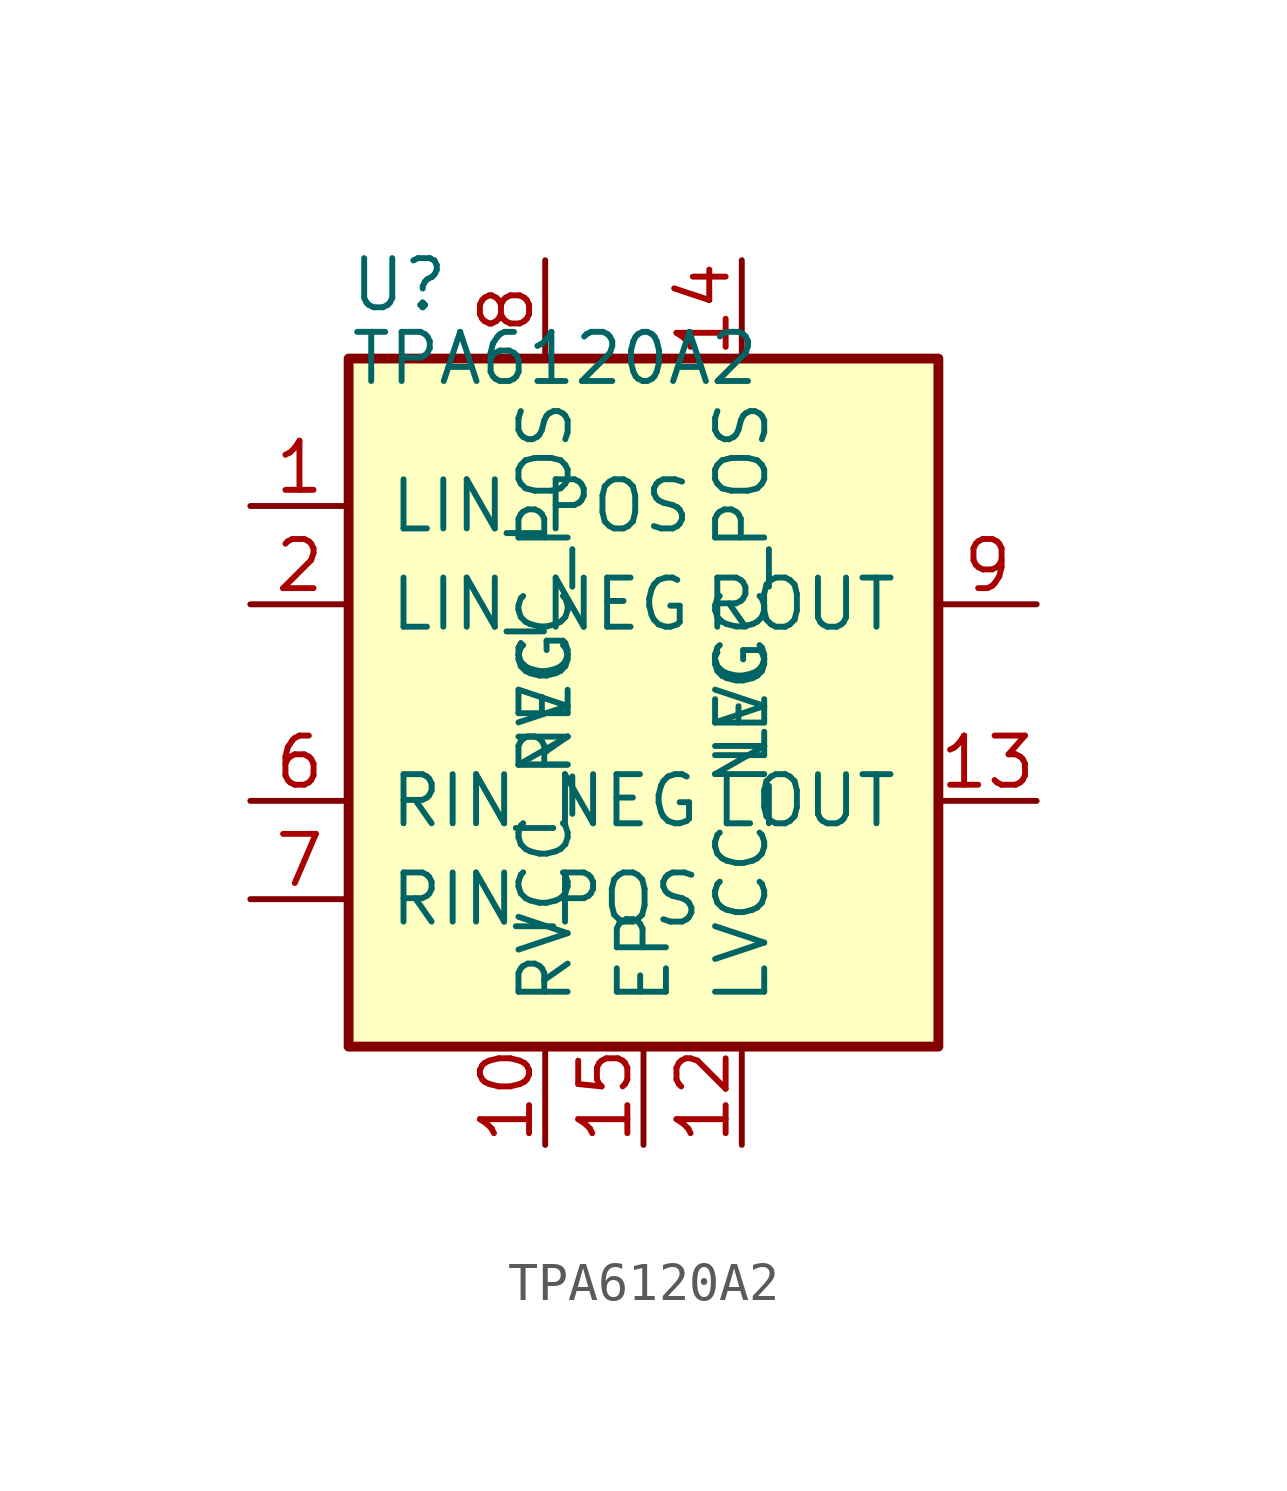
<source format=kicad_sym>
(kicad_symbol_lib
  (version 20231120)
  (generator "kicad_symbol_editor")
  (generator_version "8.0")
  (symbol "TPA6120A2"
    (pin_names
      (offset 1.016))
    (property "Reference" "U"
      (at -7.62 10.795 0)
      (effects (font (size 1.27 1.27)) (justify left)))
    (property "Value" "TPA6120A2"
      (at -7.62 8.89 0)
      (effects (font (size 1.27 1.27)) (justify left)))
    (symbol "TPA6120A2_0_1"
      (rectangle (start -7.62 -8.89) (end 7.62 8.89) (stroke (width 0.254) (type default)) (fill (type background))))
    (symbol "TPA6120A2_1_1"
      (pin input line (at -10.16 5.08 0) (length 2.54) (name "LIN_POS" (effects (font (size 1.27 1.27)))) (number "1" (effects (font (size 1.27 1.27)))))
      (pin input line (at -10.16 2.54 0) (length 2.54) (name "LIN_NEG" (effects (font (size 1.27 1.27)))) (number "2" (effects (font (size 1.27 1.27)))))
      (pin no_connect line (at -7.62 0 0) (length 2.54) hide (name "NC" (effects (font (size 1.27 1.27)))) (number "3" (effects (font (size 1.27 1.27)))))
      (pin no_connect line (at -7.62 0 0) (length 2.54) hide (name "NC" (effects (font (size 1.27 1.27)))) (number "4" (effects (font (size 1.27 1.27)))))
      (pin no_connect line (at -7.62 0 0) (length 2.54) hide (name "NC" (effects (font (size 1.27 1.27)))) (number "5" (effects (font (size 1.27 1.27)))))
      (pin input line (at -10.16 -2.54 0) (length 2.54) (name "RIN_NEG" (effects (font (size 1.27 1.27)))) (number "6" (effects (font (size 1.27 1.27)))))
      (pin input line (at -10.16 -5.08 0) (length 2.54) (name "RIN_POS" (effects (font (size 1.27 1.27)))) (number "7" (effects (font (size 1.27 1.27)))))
      (pin power_in line (at -2.54 11.43 270) (length 2.54) (name "RVCC_POS" (effects (font (size 1.27 1.27)))) (number "8" (effects (font (size 1.27 1.27)))))
      (pin output line (at 10.16 2.54 180) (length 2.54) (name "ROUT" (effects (font (size 1.27 1.27)))) (number "9" (effects (font (size 1.27 1.27)))))
      (pin power_in line (at -2.54 -11.43 90) (length 2.54) (name "RVCC_NEG" (effects (font (size 1.27 1.27)))) (number "10" (effects (font (size 1.27 1.27)))))
      (pin no_connect line (at 0 -8.89 90) (length 2.54) hide (name "NC" (effects (font (size 1.27 1.27)))) (number "11" (effects (font (size 1.27 1.27)))))
      (pin power_in line (at 2.54 -11.43 90) (length 2.54) (name "LVCC_NEG" (effects (font (size 1.27 1.27)))) (number "12" (effects (font (size 1.27 1.27)))))
      (pin output line (at 10.16 -2.54 180) (length 2.54) (name "LOUT" (effects (font (size 1.27 1.27)))) (number "13" (effects (font (size 1.27 1.27)))))
      (pin power_in line (at 2.54 11.43 270) (length 2.54) (name "LVCC_POS" (effects (font (size 1.27 1.27)))) (number "14" (effects (font (size 1.27 1.27)))))
      (pin power_in line (at 0 -11.43 90) (length 2.54) (name "EP" (effects (font (size 1.27 1.27)))) (number "15" (effects (font (size 1.27 1.27))))))))
</source>
